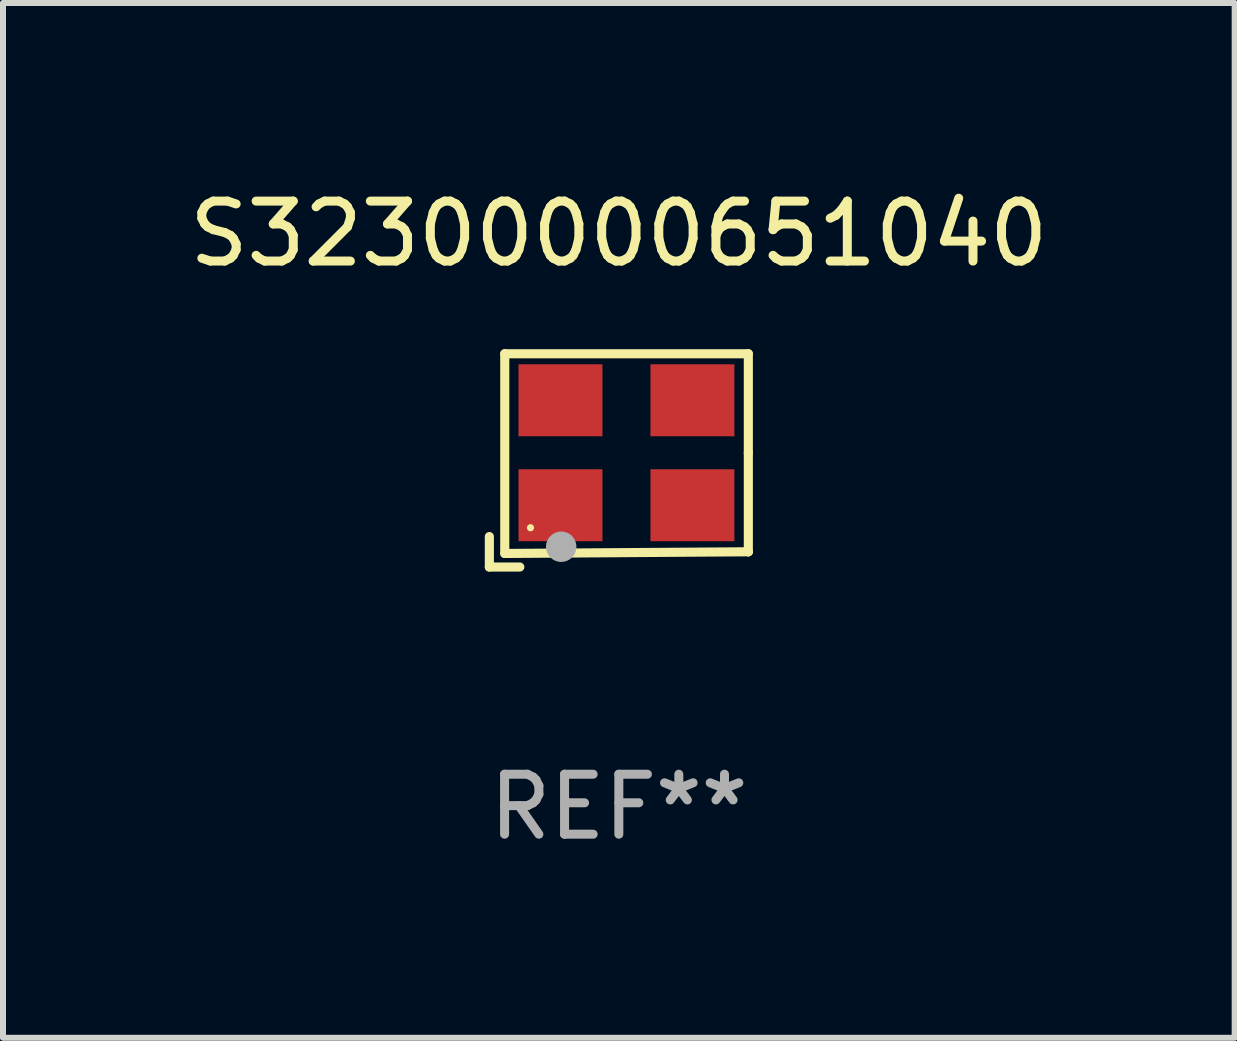
<source format=kicad_pcb>
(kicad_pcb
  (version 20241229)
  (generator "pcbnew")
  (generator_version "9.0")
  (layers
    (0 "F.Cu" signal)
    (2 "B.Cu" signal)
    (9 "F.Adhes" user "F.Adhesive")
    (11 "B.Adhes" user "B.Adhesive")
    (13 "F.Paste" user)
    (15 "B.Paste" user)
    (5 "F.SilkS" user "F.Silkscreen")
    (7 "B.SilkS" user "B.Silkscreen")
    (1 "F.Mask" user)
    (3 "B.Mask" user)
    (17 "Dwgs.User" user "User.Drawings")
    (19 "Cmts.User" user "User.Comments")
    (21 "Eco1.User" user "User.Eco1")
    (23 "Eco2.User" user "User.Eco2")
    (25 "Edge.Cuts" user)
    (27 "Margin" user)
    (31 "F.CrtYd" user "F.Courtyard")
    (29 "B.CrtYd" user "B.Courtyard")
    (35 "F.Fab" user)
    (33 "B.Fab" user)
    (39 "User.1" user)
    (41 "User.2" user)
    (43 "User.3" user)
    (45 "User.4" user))
  (footprint "S32300000651040"
    (layer "F.Cu")
    (at 7.268 4.626)
    (property "Reference" "S32300000651040" (at 0 -3.778 0) (layer "F.SilkS") (effects (font (size 1 1) (thickness 0.15))))
    (attr through_hole)
    (fp_line (start -2.159 1.27) (end -2.159 1.778) (stroke (width 0.152) (type solid)) (layer "F.SilkS"))
    (fp_line (start -2.159 1.778) (end -1.651 1.778) (stroke (width 0.152) (type solid)) (layer "F.SilkS"))
    (fp_line (start -1.902 -1.778) (end 2.159 -1.778) (stroke (width 0.152) (type solid)) (layer "F.SilkS"))
    (fp_line (start -1.902 1.552) (end -1.902 -1.778) (stroke (width 0.152) (type solid)) (layer "F.SilkS"))
    (fp_line (start 2.159 -1.778) (end 2.159 -0.127) (stroke (width 0.152) (type solid)) (layer "F.SilkS"))
    (fp_line (start 2.159 -0.127) (end 2.159 1.524) (stroke (width 0.152) (type solid)) (layer "F.SilkS"))
    (fp_line (start 2.159 1.524) (end -1.902 1.552) (stroke (width 0.152) (type solid)) (layer "F.SilkS"))
    (fp_line (start 2.159 1.524) (end 2.159 1.524) (stroke (width 0.152) (type solid)) (layer "F.SilkS"))
    (fp_circle (center -1.473 1.123) (end -1.443 1.123) (stroke (width 0.06) (type solid)) (fill no) (layer "F.SilkS"))
    (fp_circle (center -0.961 1.44) (end -0.834 1.44) (stroke (width 0.254) (type solid)) (fill no) (layer "F.Fab"))
    (fp_text user "REF**" (at 0 5.778 0) (layer "F.Fab") (effects (font (size 1 1) (thickness 0.15))))
    (pad "1" smd rect (at -0.973 0.748) (size 1.4 1.2) (layers "F.Cu" "F.Mask" "F.Paste"))
    (pad "2" smd rect (at 1.227 0.748) (size 1.4 1.2) (layers "F.Cu" "F.Mask" "F.Paste"))
    (pad "3" smd rect (at 1.227 -1.002) (size 1.4 1.2) (layers "F.Cu" "F.Mask" "F.Paste"))
    (pad "4" smd rect (at -0.973 -1.002) (size 1.4 1.2) (layers "F.Cu" "F.Mask" "F.Paste")))
  (gr_rect
    (start -3 -3)
    (end 17.536 14.253)
    (stroke (width 0.1) (type default))
    (fill no)
    (layer "Edge.Cuts")))
</source>
